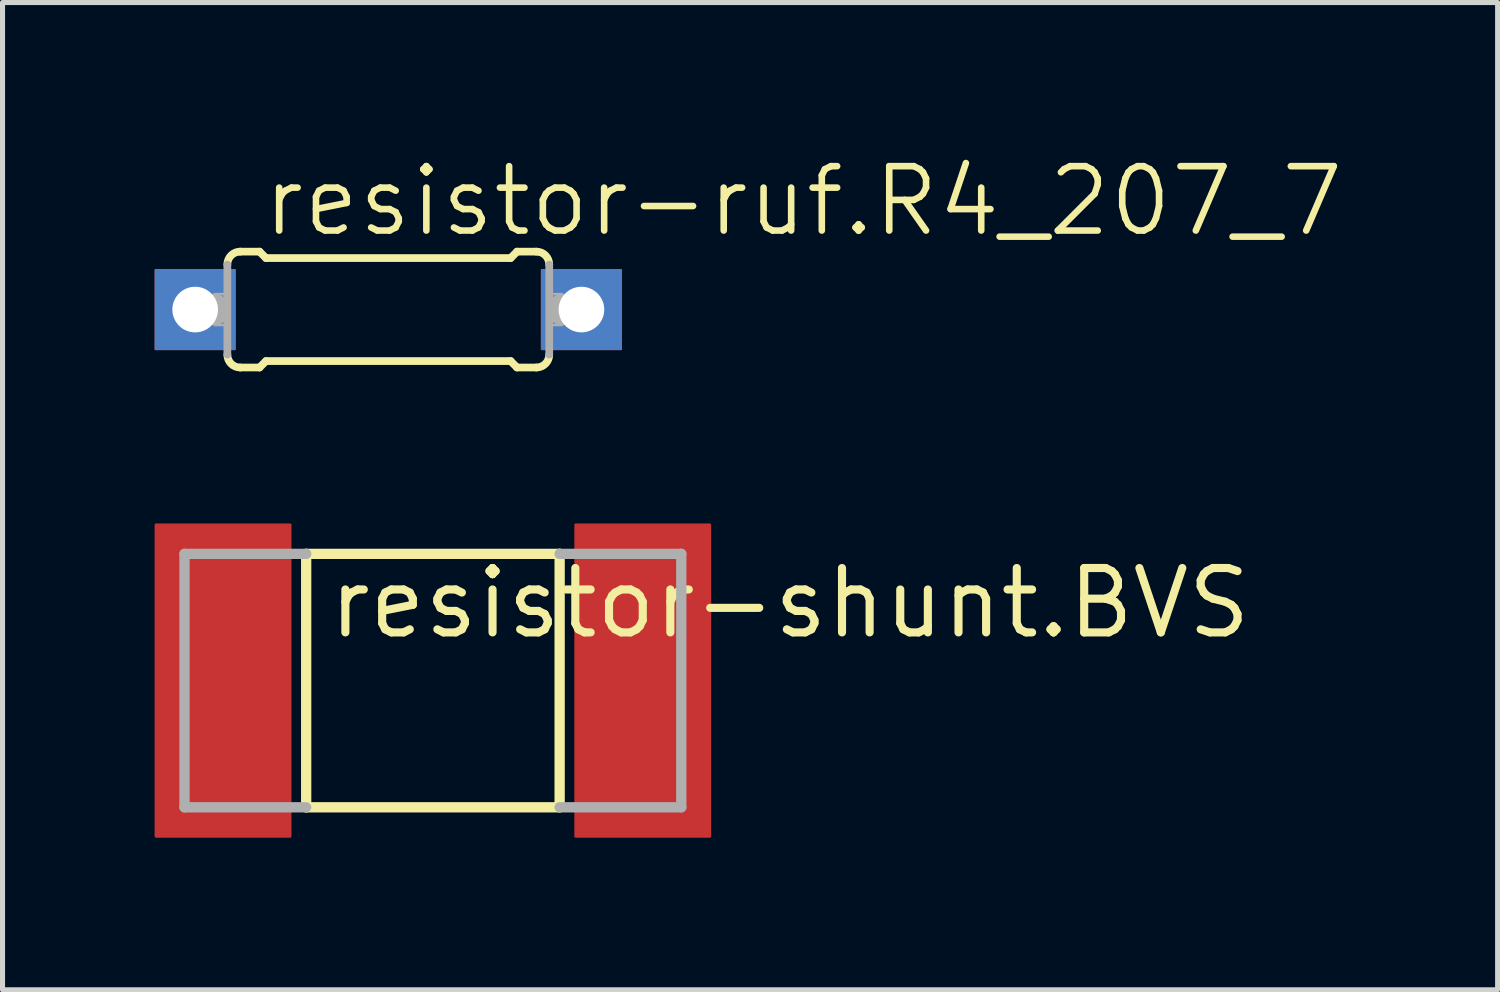
<source format=kicad_pcb>
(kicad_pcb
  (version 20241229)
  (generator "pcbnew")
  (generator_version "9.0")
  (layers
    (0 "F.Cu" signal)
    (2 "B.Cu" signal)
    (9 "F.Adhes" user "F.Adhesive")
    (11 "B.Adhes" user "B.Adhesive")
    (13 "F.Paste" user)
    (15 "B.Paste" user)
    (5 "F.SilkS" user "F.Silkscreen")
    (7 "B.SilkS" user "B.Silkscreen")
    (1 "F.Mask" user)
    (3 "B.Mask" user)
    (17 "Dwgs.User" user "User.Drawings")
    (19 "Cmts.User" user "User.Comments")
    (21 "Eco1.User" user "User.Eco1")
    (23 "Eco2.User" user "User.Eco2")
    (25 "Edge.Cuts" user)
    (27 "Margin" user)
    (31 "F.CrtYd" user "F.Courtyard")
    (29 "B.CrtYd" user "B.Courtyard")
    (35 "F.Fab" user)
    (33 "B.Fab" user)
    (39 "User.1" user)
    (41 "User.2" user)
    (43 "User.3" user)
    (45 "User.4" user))
  (footprint "resistor-ruf.R4_207_7"
    (layer "F.Cu")
    (at 4.61 3.057)
    (property "Reference" "resistor-ruf.R4_207_7" (at -2.54 -1.397 0) (layer "F.SilkS") (effects (font (size 1.27 1.27) (thickness 0.13)) (justify left bottom)))
    (attr smd)
    (fp_line (start -2.921 -1.143) (end -2.54 -1.143) (stroke (width 0.152) (type default)) (layer "F.SilkS"))
    (fp_line (start -2.921 1.143) (end -2.54 1.143) (stroke (width 0.152) (type default)) (layer "F.SilkS"))
    (fp_line (start -2.413 -1.016) (end -2.54 -1.143) (stroke (width 0.152) (type default)) (layer "F.SilkS"))
    (fp_line (start -2.413 1.016) (end -2.54 1.143) (stroke (width 0.152) (type default)) (layer "F.SilkS"))
    (fp_line (start 2.413 -1.016) (end -2.413 -1.016) (stroke (width 0.152) (type default)) (layer "F.SilkS"))
    (fp_line (start 2.413 -1.016) (end 2.54 -1.143) (stroke (width 0.152) (type default)) (layer "F.SilkS"))
    (fp_line (start 2.413 1.016) (end -2.413 1.016) (stroke (width 0.152) (type default)) (layer "F.SilkS"))
    (fp_line (start 2.413 1.016) (end 2.54 1.143) (stroke (width 0.152) (type default)) (layer "F.SilkS"))
    (fp_line (start 2.921 -1.143) (end 2.54 -1.143) (stroke (width 0.152) (type default)) (layer "F.SilkS"))
    (fp_line (start 2.921 1.143) (end 2.54 1.143) (stroke (width 0.152) (type default)) (layer "F.SilkS"))
    (fp_arc (start -3.175 -0.889) (mid -3.100605 -1.068605) (end -2.921 -1.143) (stroke (width 0.1524) (type default)) (layer "F.SilkS"))
    (fp_arc (start -2.921 1.143) (mid -3.100605 1.068605) (end -3.175 0.889) (stroke (width 0.1524) (type default)) (layer "F.SilkS"))
    (fp_arc (start 2.921 -1.143) (mid 3.100605 -1.068605) (end 3.175 -0.889) (stroke (width 0.1524) (type default)) (layer "F.SilkS"))
    (fp_arc (start 3.175 0.889) (mid 3.100605 1.068605) (end 2.921 1.143) (stroke (width 0.1524) (type default)) (layer "F.SilkS"))
    (fp_line (start -3.81 0) (end -3.429 0) (stroke (width 0.61) (type default)) (layer "F.Fab"))
    (fp_line (start -3.175 0.889) (end -3.175 -0.889) (stroke (width 0.152) (type default)) (layer "F.Fab"))
    (fp_line (start 3.175 0.889) (end 3.175 -0.889) (stroke (width 0.152) (type default)) (layer "F.Fab"))
    (fp_line (start 3.429 0) (end 3.81 0) (stroke (width 0.61) (type default)) (layer "F.Fab"))
    (fp_rect (start -3.429 0.305) (end -3.175 -0.305) (stroke (width 0.05) (type default)) (fill no) (layer "F.Fab"))
    (fp_rect (start 3.175 0.305) (end 3.429 -0.305) (stroke (width 0.05) (type default)) (fill no) (layer "F.Fab"))
    (pad "" np_thru_hole circle (at -3.81 0) (size 0.9 0.9) (drill 0.9) (layers "*.Cu" "*.Mask"))
    (pad "" np_thru_hole circle (at 3.81 0) (size 0.9 0.9) (drill 0.9) (layers "*.Cu" "*.Mask"))
    (pad "A1" smd roundrect (at -3.81 0) (size 1.6 1.6) (layers "F.Cu" "F.Mask" "F.Paste") (roundrect_rratio 0.01))
    (pad "A2" smd roundrect (at 3.81 0) (size 1.6 1.6) (layers "F.Cu" "F.Mask" "F.Paste") (roundrect_rratio 0.01))
    (pad "B1" smd roundrect (at -3.81 0) (size 1.6 1.6) (layers "B.Cu" "B.Mask" "B.Paste") (roundrect_rratio 0.01))
    (pad "B2" smd roundrect (at 3.81 0) (size 1.6 1.6) (layers "B.Cu" "B.Mask" "B.Paste") (roundrect_rratio 0.01)))
  (footprint "resistor-shunt.BVS"
    (layer "F.Cu")
    (at 5.49 10.376)
    (property "Reference" "resistor-shunt.BVS" (at -2.134 -0.787 0) (layer "F.SilkS") (effects (font (size 1.27 1.27) (thickness 0.16)) (justify left bottom)))
    (attr smd)
    (fp_line (start -2.5 2.5) (end -2.5 -2.5) (stroke (width 0.203) (type default)) (layer "F.SilkS"))
    (fp_line (start -2.5 2.5) (end 2.5 2.5) (stroke (width 0.203) (type default)) (layer "F.SilkS"))
    (fp_line (start 2.5 -2.5) (end -2.5 -2.5) (stroke (width 0.203) (type default)) (layer "F.SilkS"))
    (fp_line (start 2.5 -2.5) (end 2.5 2.5) (stroke (width 0.203) (type default)) (layer "F.SilkS"))
    (fp_line (start -4.9 -2.5) (end -4.9 2.5) (stroke (width 0.203) (type default)) (layer "F.Fab"))
    (fp_line (start -4.9 2.5) (end -2.5 2.5) (stroke (width 0.203) (type default)) (layer "F.Fab"))
    (fp_line (start -2.5 -2.5) (end -4.9 -2.5) (stroke (width 0.203) (type default)) (layer "F.Fab"))
    (fp_line (start 2.5 2.5) (end 4.9 2.5) (stroke (width 0.203) (type default)) (layer "F.Fab"))
    (fp_line (start 4.9 -2.5) (end 2.5 -2.5) (stroke (width 0.203) (type default)) (layer "F.Fab"))
    (fp_line (start 4.9 2.5) (end 4.9 -2.5) (stroke (width 0.203) (type default)) (layer "F.Fab"))
    (pad "1" smd roundrect (at -4.14 0) (size 2.7 6.2) (layers "F.Cu" "F.Mask" "F.Paste") (roundrect_rratio 0.01))
    (pad "2" smd roundrect (at 4.14 0) (size 2.7 6.2) (layers "F.Cu" "F.Mask" "F.Paste") (roundrect_rratio 0.01)))
  (gr_rect
    (start -3 -3)
    (end 26.494 16.476)
    (stroke (width 0.1) (type default))
    (fill no)
    (layer "Edge.Cuts")))
</source>
